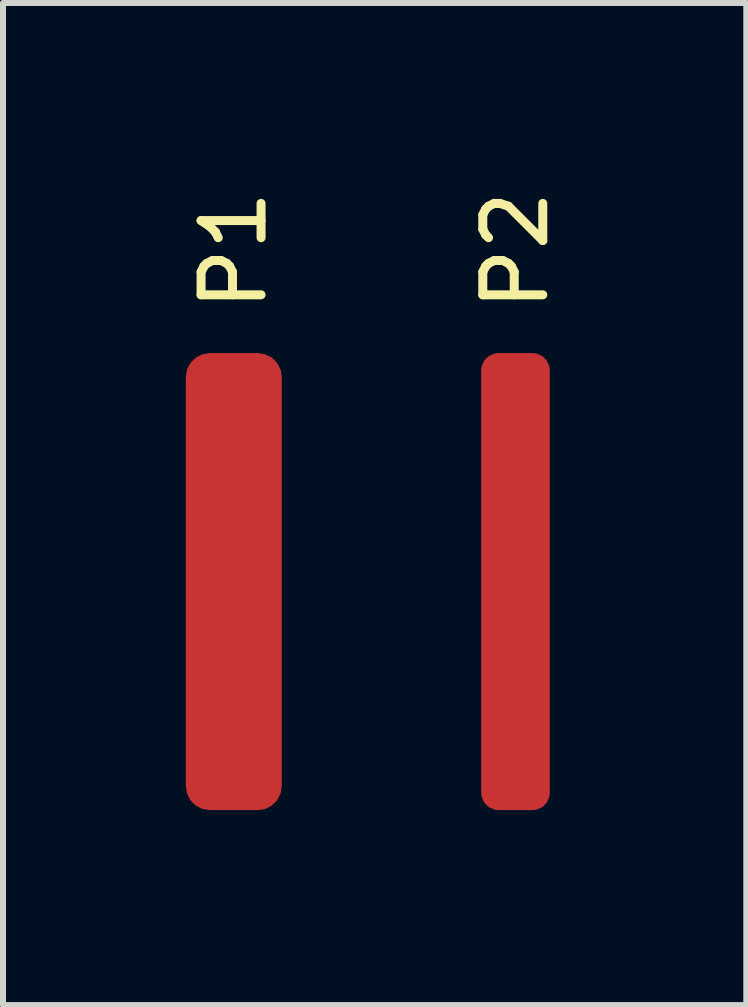
<source format=kicad_pcb>
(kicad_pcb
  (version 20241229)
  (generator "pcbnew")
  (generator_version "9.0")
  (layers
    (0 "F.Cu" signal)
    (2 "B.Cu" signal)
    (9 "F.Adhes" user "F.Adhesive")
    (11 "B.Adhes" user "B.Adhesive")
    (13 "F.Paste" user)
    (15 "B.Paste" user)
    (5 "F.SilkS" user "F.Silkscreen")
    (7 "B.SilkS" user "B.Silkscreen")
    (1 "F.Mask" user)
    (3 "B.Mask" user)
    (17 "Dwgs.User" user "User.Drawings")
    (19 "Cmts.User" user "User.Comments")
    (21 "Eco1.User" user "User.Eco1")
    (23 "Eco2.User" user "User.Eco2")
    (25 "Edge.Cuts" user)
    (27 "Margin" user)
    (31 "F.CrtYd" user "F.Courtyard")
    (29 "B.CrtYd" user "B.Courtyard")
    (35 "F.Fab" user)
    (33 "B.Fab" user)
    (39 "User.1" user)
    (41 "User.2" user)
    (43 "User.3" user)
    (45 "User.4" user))
  (footprint "P1"
    (layer "F.Cu")
    (at 0.848 10.457)
    (property "Reference" "P1" (at 0 -8.255 90) (layer "F.SilkS") (effects (font (size 1 1) (thickness 0.15)) (justify left)))
    (attr through_hole)
    (pad "1" connect roundrect (at 0 -3.81) (size 1.6 7.62) (layers "F.Cu" "F.Mask") (roundrect_rratio 0.25)))
  (footprint "P2"
    (layer "F.Cu")
    (at 5.545 10.457)
    (property "Reference" "P2" (at 0 -8.255 90) (layer "F.SilkS") (effects (font (size 1 1) (thickness 0.15)) (justify left)))
    (attr through_hole)
    (pad "1" connect roundrect (at 0 -3.81) (size 1.143 7.62) (layers "F.Cu" "F.Mask") (roundrect_rratio 0.25)))
  (gr_rect
    (start -3 -3)
    (end 9.393 13.707)
    (stroke (width 0.1) (type default))
    (fill no)
    (layer "Edge.Cuts")))
</source>
